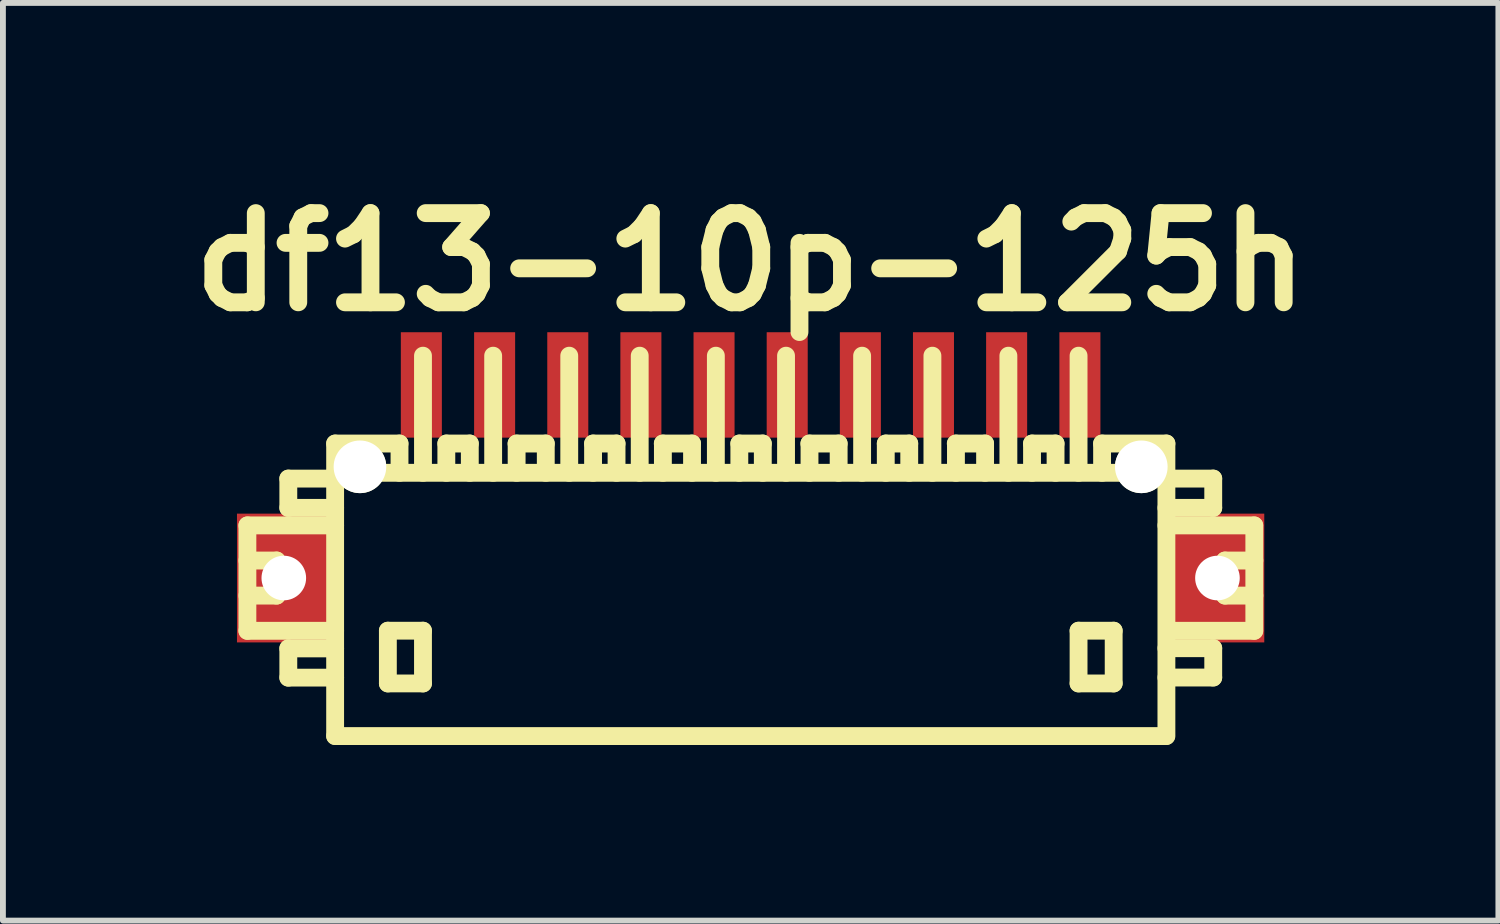
<source format=kicad_pcb>
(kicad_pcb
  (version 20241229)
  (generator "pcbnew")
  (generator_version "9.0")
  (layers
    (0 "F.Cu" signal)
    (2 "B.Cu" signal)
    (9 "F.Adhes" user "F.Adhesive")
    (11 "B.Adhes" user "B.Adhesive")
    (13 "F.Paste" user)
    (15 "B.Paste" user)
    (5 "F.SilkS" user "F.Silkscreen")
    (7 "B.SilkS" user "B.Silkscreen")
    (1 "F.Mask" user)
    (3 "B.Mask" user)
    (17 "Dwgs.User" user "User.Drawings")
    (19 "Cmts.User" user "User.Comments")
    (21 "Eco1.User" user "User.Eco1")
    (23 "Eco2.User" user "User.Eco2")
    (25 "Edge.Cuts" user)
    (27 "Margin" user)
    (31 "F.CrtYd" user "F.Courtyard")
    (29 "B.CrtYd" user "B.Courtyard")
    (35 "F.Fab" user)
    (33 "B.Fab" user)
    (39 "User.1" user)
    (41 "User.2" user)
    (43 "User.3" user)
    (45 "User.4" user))
  (footprint "df13-10p-125h"
    (layer "F.Cu")
    (at 9.775 7.027)
    (property "Reference" "df13-10p-125h" (at 0 -5.601 0) (layer "F.SilkS") (effects (font (size 1.524 1.524) (thickness 0.305))))
    (attr through_hole)
    (fp_line (start -8.598 -1.1) (end -8.598 0.701) (stroke (width 0.305) (type solid)) (layer "F.SilkS"))
    (fp_line (start -8.598 0.701) (end -7.099 0.701) (stroke (width 0.305) (type solid)) (layer "F.SilkS"))
    (fp_line (start -8.098 -0.5) (end -8.598 -0.5) (stroke (width 0.305) (type solid)) (layer "F.SilkS"))
    (fp_line (start -8.098 0.099) (end -8.598 0.099) (stroke (width 0.305) (type solid)) (layer "F.SilkS"))
    (fp_line (start -8.098 0.099) (end -8.098 -0.5) (stroke (width 0.305) (type solid)) (layer "F.SilkS"))
    (fp_line (start -7.899 -1.9) (end -7.899 -1.4) (stroke (width 0.305) (type solid)) (layer "F.SilkS"))
    (fp_line (start -7.899 -1.9) (end -7.099 -1.9) (stroke (width 0.305) (type solid)) (layer "F.SilkS"))
    (fp_line (start -7.899 1.001) (end -7.899 1.501) (stroke (width 0.305) (type solid)) (layer "F.SilkS"))
    (fp_line (start -7.899 1.501) (end -7.099 1.501) (stroke (width 0.305) (type solid)) (layer "F.SilkS"))
    (fp_line (start -7.099 -1.999) (end 7.099 -1.999) (stroke (width 0.305) (type solid)) (layer "F.SilkS"))
    (fp_line (start -7.099 -1.4) (end -7.899 -1.4) (stroke (width 0.305) (type solid)) (layer "F.SilkS"))
    (fp_line (start -7.099 -1.1) (end -8.598 -1.1) (stroke (width 0.305) (type solid)) (layer "F.SilkS"))
    (fp_line (start -7.099 1.001) (end -7.899 1.001) (stroke (width 0.305) (type solid)) (layer "F.SilkS"))
    (fp_line (start -7.099 2.499) (end -7.099 -2.499) (stroke (width 0.305) (type solid)) (layer "F.SilkS"))
    (fp_line (start -7.099 2.499) (end 7.099 2.499) (stroke (width 0.305) (type solid)) (layer "F.SilkS"))
    (fp_line (start -6.198 0.699) (end -6.198 1.6) (stroke (width 0.305) (type solid)) (layer "F.SilkS"))
    (fp_line (start -6.198 1.6) (end -5.598 1.6) (stroke (width 0.305) (type solid)) (layer "F.SilkS"))
    (fp_line (start -5.999 -2.499) (end -7.099 -2.499) (stroke (width 0.305) (type solid)) (layer "F.SilkS"))
    (fp_line (start -5.999 -2.499) (end -5.999 -1.999) (stroke (width 0.305) (type solid)) (layer "F.SilkS"))
    (fp_line (start -5.598 -4) (end -5.598 -1.999) (stroke (width 0.305) (type solid)) (layer "F.SilkS"))
    (fp_line (start -5.598 0.699) (end -6.198 0.699) (stroke (width 0.305) (type solid)) (layer "F.SilkS"))
    (fp_line (start -5.598 1.6) (end -5.598 0.699) (stroke (width 0.305) (type solid)) (layer "F.SilkS"))
    (fp_line (start -5.199 -2.499) (end -5.199 -1.999) (stroke (width 0.305) (type solid)) (layer "F.SilkS"))
    (fp_line (start -4.798 -2.499) (end -5.199 -2.499) (stroke (width 0.305) (type solid)) (layer "F.SilkS"))
    (fp_line (start -4.798 -2.499) (end -4.798 -1.999) (stroke (width 0.305) (type solid)) (layer "F.SilkS"))
    (fp_line (start -4.399 -1.999) (end -4.399 -4) (stroke (width 0.305) (type solid)) (layer "F.SilkS"))
    (fp_line (start -4 -2.499) (end -3.5 -2.499) (stroke (width 0.305) (type solid)) (layer "F.SilkS"))
    (fp_line (start -3.998 -1.999) (end -3.998 -2.499) (stroke (width 0.305) (type solid)) (layer "F.SilkS"))
    (fp_line (start -3.5 -2.499) (end -3.5 -1.999) (stroke (width 0.305) (type solid)) (layer "F.SilkS"))
    (fp_line (start -3.099 -1.999) (end -3.099 -4) (stroke (width 0.305) (type solid)) (layer "F.SilkS"))
    (fp_line (start -2.692 -2.499) (end -2.692 -1.999) (stroke (width 0.305) (type solid)) (layer "F.SilkS"))
    (fp_line (start -2.291 -2.499) (end -2.692 -2.499) (stroke (width 0.305) (type solid)) (layer "F.SilkS"))
    (fp_line (start -2.291 -2.499) (end -2.291 -1.999) (stroke (width 0.305) (type solid)) (layer "F.SilkS"))
    (fp_line (start -1.895 -1.999) (end -1.895 -4) (stroke (width 0.305) (type solid)) (layer "F.SilkS"))
    (fp_line (start -1.501 -2.499) (end -1.001 -2.499) (stroke (width 0.305) (type solid)) (layer "F.SilkS"))
    (fp_line (start -1.499 -1.999) (end -1.499 -2.499) (stroke (width 0.305) (type solid)) (layer "F.SilkS"))
    (fp_line (start -1.001 -2.499) (end -1.001 -1.999) (stroke (width 0.305) (type solid)) (layer "F.SilkS"))
    (fp_line (start -0.594 -1.999) (end -0.594 -4) (stroke (width 0.305) (type solid)) (layer "F.SilkS"))
    (fp_line (start -0.193 -2.499) (end -0.193 -1.999) (stroke (width 0.305) (type solid)) (layer "F.SilkS"))
    (fp_line (start 0.208 -2.499) (end -0.193 -2.499) (stroke (width 0.305) (type solid)) (layer "F.SilkS"))
    (fp_line (start 0.208 -2.499) (end 0.208 -1.999) (stroke (width 0.305) (type solid)) (layer "F.SilkS"))
    (fp_line (start 0.605 -1.999) (end 0.605 -4) (stroke (width 0.305) (type solid)) (layer "F.SilkS"))
    (fp_line (start 1.003 -2.499) (end 1.504 -2.499) (stroke (width 0.305) (type solid)) (layer "F.SilkS"))
    (fp_line (start 1.006 -1.999) (end 1.006 -2.499) (stroke (width 0.305) (type solid)) (layer "F.SilkS"))
    (fp_line (start 1.504 -2.499) (end 1.504 -1.999) (stroke (width 0.305) (type solid)) (layer "F.SilkS"))
    (fp_line (start 1.905 -1.999) (end 1.905 -4) (stroke (width 0.305) (type solid)) (layer "F.SilkS"))
    (fp_line (start 2.309 -2.499) (end 2.309 -1.999) (stroke (width 0.305) (type solid)) (layer "F.SilkS"))
    (fp_line (start 2.71 -2.499) (end 2.309 -2.499) (stroke (width 0.305) (type solid)) (layer "F.SilkS"))
    (fp_line (start 2.71 -2.499) (end 2.71 -1.999) (stroke (width 0.305) (type solid)) (layer "F.SilkS"))
    (fp_line (start 3.106 -1.999) (end 3.106 -4) (stroke (width 0.305) (type solid)) (layer "F.SilkS"))
    (fp_line (start 3.505 -2.499) (end 4.006 -2.499) (stroke (width 0.305) (type solid)) (layer "F.SilkS"))
    (fp_line (start 3.508 -1.999) (end 3.508 -2.499) (stroke (width 0.305) (type solid)) (layer "F.SilkS"))
    (fp_line (start 4.006 -2.499) (end 4.006 -1.999) (stroke (width 0.305) (type solid)) (layer "F.SilkS"))
    (fp_line (start 4.404 -1.999) (end 4.404 -4) (stroke (width 0.305) (type solid)) (layer "F.SilkS"))
    (fp_line (start 4.808 -2.499) (end 4.808 -1.999) (stroke (width 0.305) (type solid)) (layer "F.SilkS"))
    (fp_line (start 5.21 -2.499) (end 4.808 -2.499) (stroke (width 0.305) (type solid)) (layer "F.SilkS"))
    (fp_line (start 5.21 -2.499) (end 5.21 -1.999) (stroke (width 0.305) (type solid)) (layer "F.SilkS"))
    (fp_line (start 5.603 -1.999) (end 5.603 -4) (stroke (width 0.305) (type solid)) (layer "F.SilkS"))
    (fp_line (start 5.603 0.699) (end 6.203 0.699) (stroke (width 0.305) (type solid)) (layer "F.SilkS"))
    (fp_line (start 5.603 1.6) (end 5.603 0.699) (stroke (width 0.305) (type solid)) (layer "F.SilkS"))
    (fp_line (start 6.005 -2.499) (end 6.005 -1.999) (stroke (width 0.305) (type solid)) (layer "F.SilkS"))
    (fp_line (start 6.203 0.699) (end 6.203 1.6) (stroke (width 0.305) (type solid)) (layer "F.SilkS"))
    (fp_line (start 6.203 1.6) (end 5.603 1.6) (stroke (width 0.305) (type solid)) (layer "F.SilkS"))
    (fp_line (start 7.104 -2.499) (end 6.005 -2.499) (stroke (width 0.305) (type solid)) (layer "F.SilkS"))
    (fp_line (start 7.104 -2.499) (end 7.104 2.499) (stroke (width 0.305) (type solid)) (layer "F.SilkS"))
    (fp_line (start 7.104 -1.9) (end 7.904 -1.9) (stroke (width 0.305) (type solid)) (layer "F.SilkS"))
    (fp_line (start 7.104 0.998) (end 7.904 0.998) (stroke (width 0.305) (type solid)) (layer "F.SilkS"))
    (fp_line (start 7.904 -1.9) (end 7.904 -1.4) (stroke (width 0.305) (type solid)) (layer "F.SilkS"))
    (fp_line (start 7.904 -1.4) (end 7.104 -1.4) (stroke (width 0.305) (type solid)) (layer "F.SilkS"))
    (fp_line (start 7.904 0.998) (end 7.904 1.499) (stroke (width 0.305) (type solid)) (layer "F.SilkS"))
    (fp_line (start 7.904 1.499) (end 7.104 1.499) (stroke (width 0.305) (type solid)) (layer "F.SilkS"))
    (fp_line (start 8.105 0.099) (end 8.105 -0.5) (stroke (width 0.305) (type solid)) (layer "F.SilkS"))
    (fp_line (start 8.603 -1.1) (end 7.104 -1.1) (stroke (width 0.305) (type solid)) (layer "F.SilkS"))
    (fp_line (start 8.603 0.701) (end 7.203 0.701) (stroke (width 0.305) (type solid)) (layer "F.SilkS"))
    (fp_line (start 8.606 -1.1) (end 8.606 0.701) (stroke (width 0.305) (type solid)) (layer "F.SilkS"))
    (fp_line (start 8.606 -0.5) (end 8.105 -0.5) (stroke (width 0.305) (type solid)) (layer "F.SilkS"))
    (fp_line (start 8.606 0.099) (end 8.105 0.099) (stroke (width 0.305) (type solid)) (layer "F.SilkS"))
    (pad "" np_thru_hole rect (at -7.976 -0.201) (size 1.6 2.2) (drill 0.762) (layers "F.Cu" "F.Mask" "F.Paste"))
    (pad "" np_thru_hole circle (at -6.675 -2.101) (size 0.899 0.899) (drill 0.899) (layers "*.Cu" "*.Mask" "F.SilkS"))
    (pad "" np_thru_hole circle (at 6.675 -2.101) (size 0.899 0.899) (drill 0.899) (layers "*.Cu" "*.Mask" "F.SilkS"))
    (pad "" np_thru_hole rect (at 7.976 -0.201) (size 1.6 2.2) (drill 0.762) (layers "F.Cu" "F.Mask" "F.Paste"))
    (pad "1" smd rect (at 5.626 -3.5) (size 0.701 1.801) (layers "F.Cu" "F.Mask" "F.Paste"))
    (pad "2" smd rect (at 4.374 -3.5) (size 0.701 1.801) (layers "F.Cu" "F.Mask" "F.Paste"))
    (pad "3" smd rect (at 3.124 -3.5) (size 0.701 1.801) (layers "F.Cu" "F.Mask" "F.Paste"))
    (pad "4" smd rect (at 1.875 -3.5) (size 0.701 1.801) (layers "F.Cu" "F.Mask" "F.Paste"))
    (pad "5" smd rect (at 0.625 -3.5) (size 0.701 1.801) (layers "F.Cu" "F.Mask" "F.Paste"))
    (pad "6" smd rect (at -0.625 -3.5) (size 0.701 1.801) (layers "F.Cu" "F.Mask" "F.Paste"))
    (pad "7" smd rect (at -1.875 -3.5) (size 0.701 1.801) (layers "F.Cu" "F.Mask" "F.Paste"))
    (pad "8" smd rect (at -3.124 -3.5) (size 0.701 1.801) (layers "F.Cu" "F.Mask" "F.Paste"))
    (pad "9" smd rect (at -4.374 -3.5) (size 0.701 1.801) (layers "F.Cu" "F.Mask" "F.Paste"))
    (pad "10" smd rect (at -5.626 -3.5) (size 0.701 1.801) (layers "F.Cu" "F.Mask" "F.Paste")))
  (gr_rect
    (start -3 -3)
    (end 22.551 12.679)
    (stroke (width 0.1) (type default))
    (fill no)
    (layer "Edge.Cuts")))
</source>
